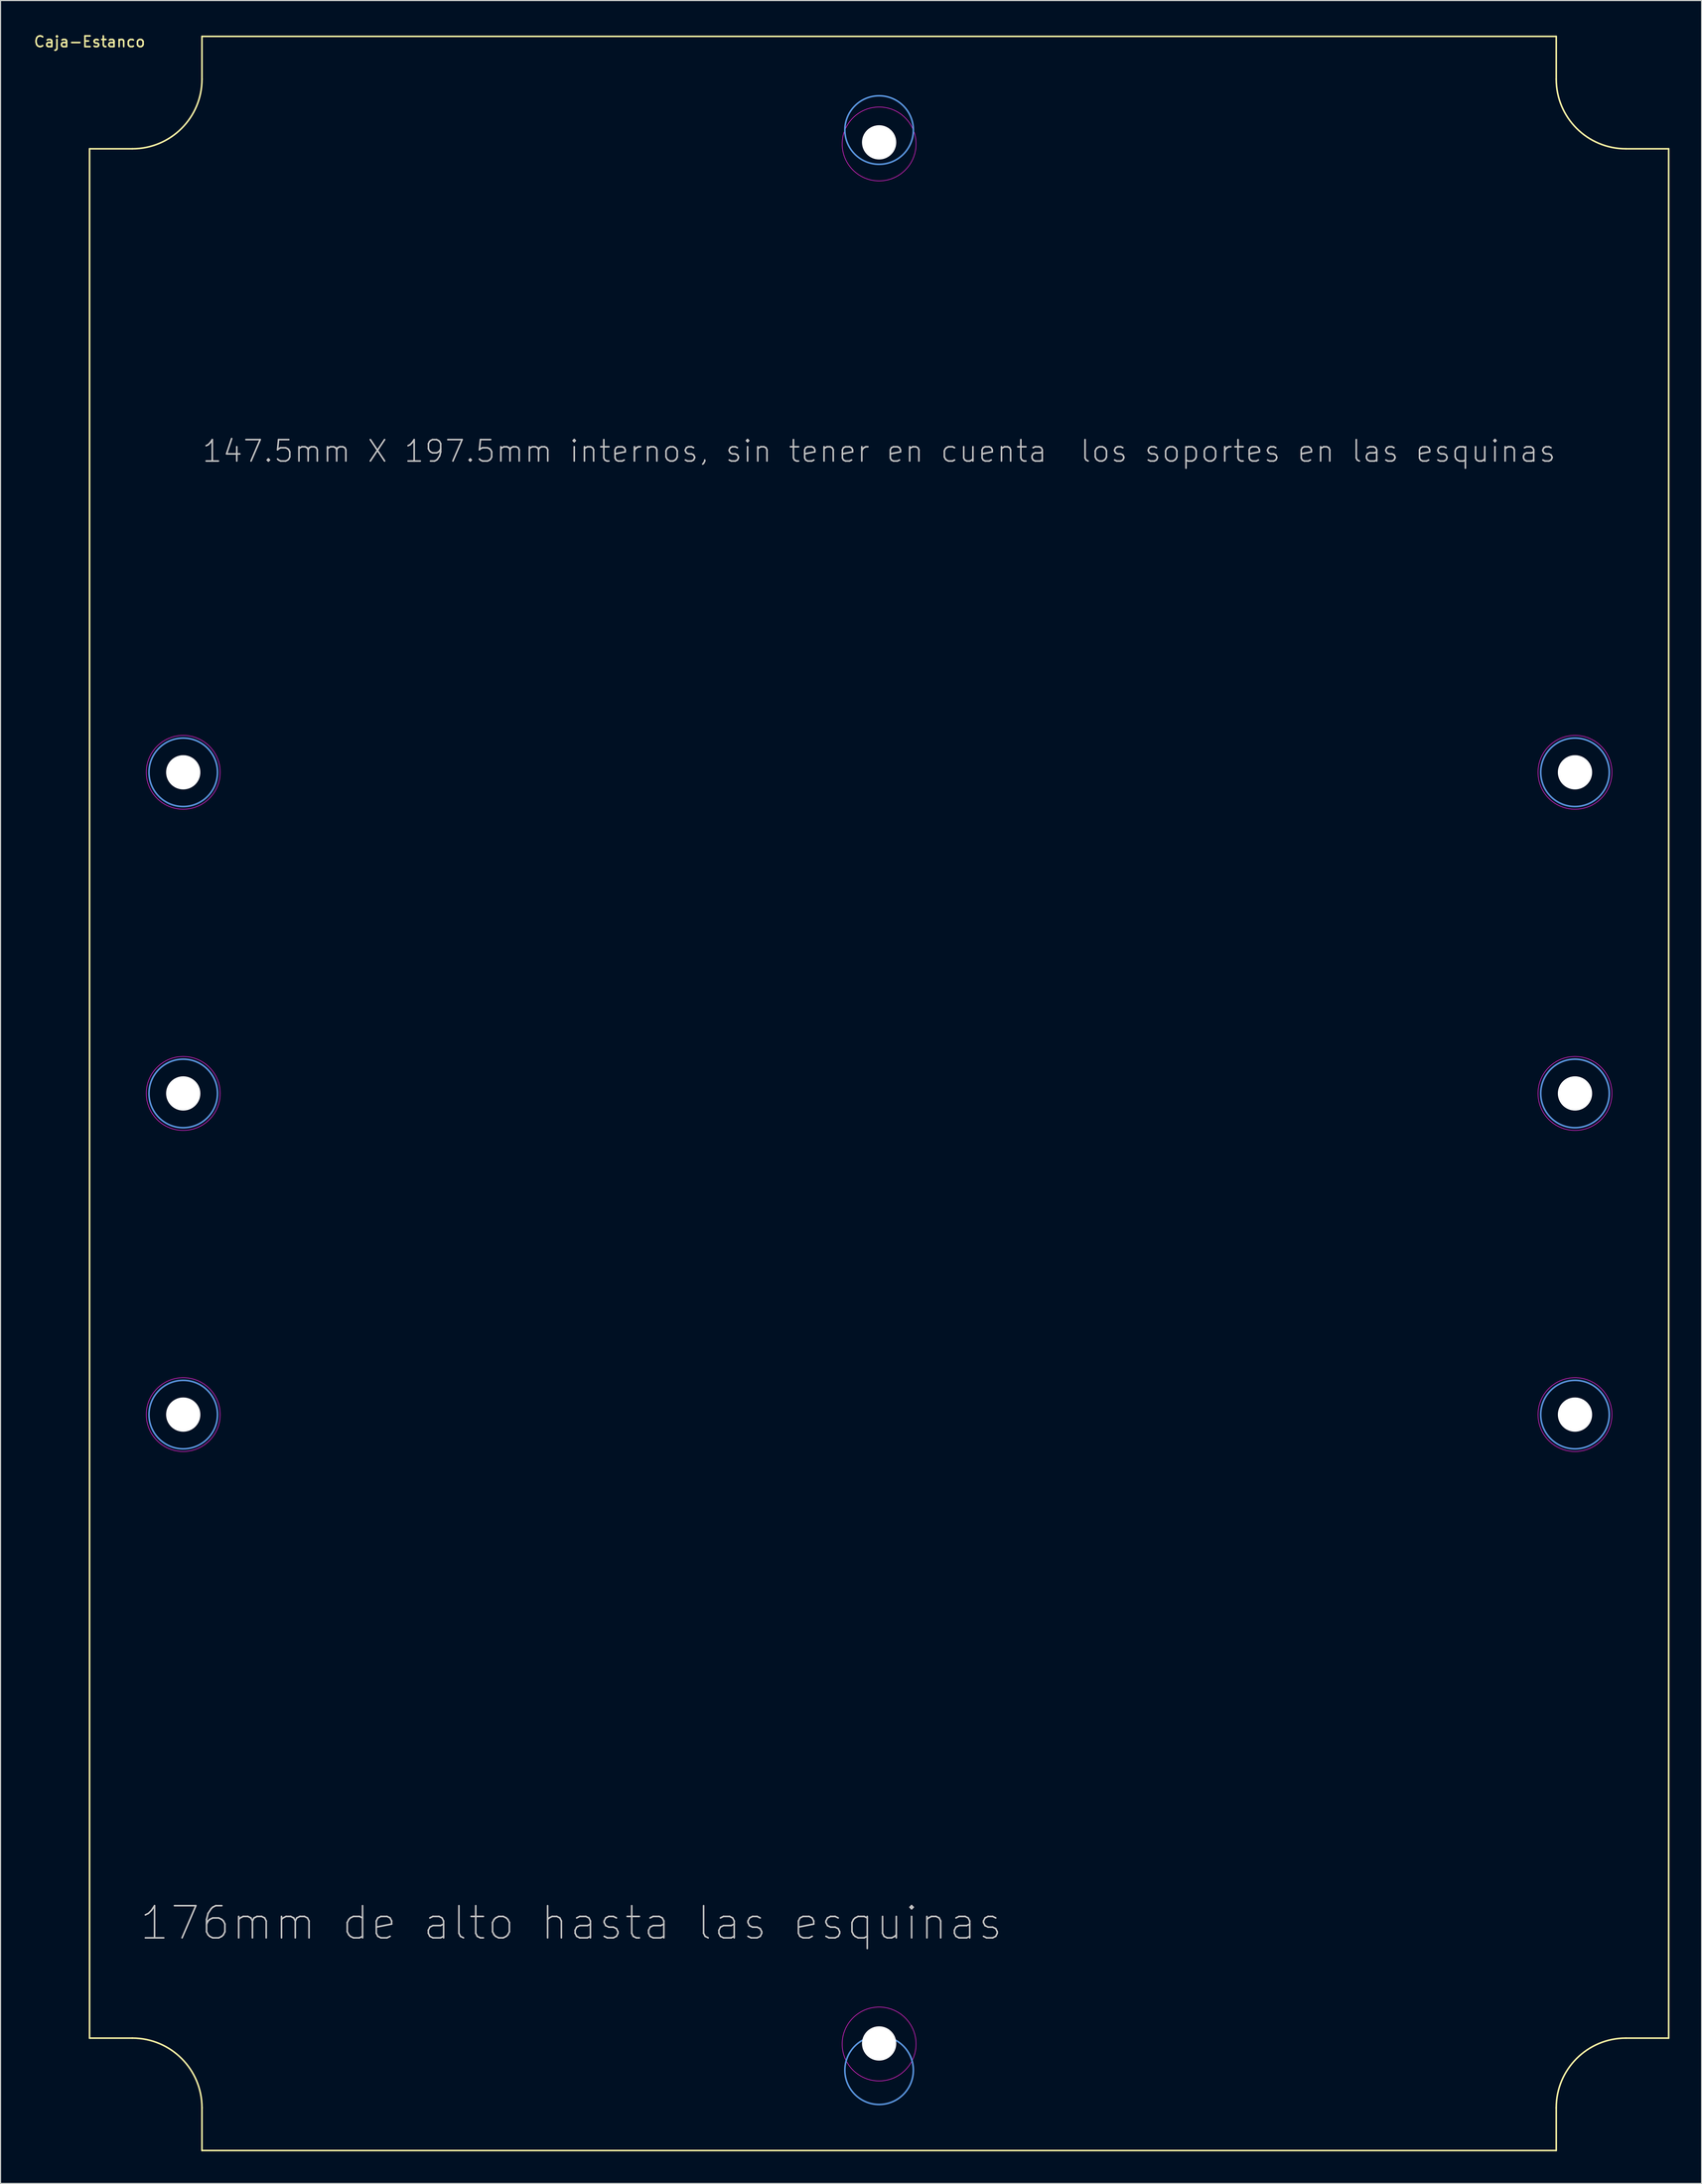
<source format=kicad_pcb>
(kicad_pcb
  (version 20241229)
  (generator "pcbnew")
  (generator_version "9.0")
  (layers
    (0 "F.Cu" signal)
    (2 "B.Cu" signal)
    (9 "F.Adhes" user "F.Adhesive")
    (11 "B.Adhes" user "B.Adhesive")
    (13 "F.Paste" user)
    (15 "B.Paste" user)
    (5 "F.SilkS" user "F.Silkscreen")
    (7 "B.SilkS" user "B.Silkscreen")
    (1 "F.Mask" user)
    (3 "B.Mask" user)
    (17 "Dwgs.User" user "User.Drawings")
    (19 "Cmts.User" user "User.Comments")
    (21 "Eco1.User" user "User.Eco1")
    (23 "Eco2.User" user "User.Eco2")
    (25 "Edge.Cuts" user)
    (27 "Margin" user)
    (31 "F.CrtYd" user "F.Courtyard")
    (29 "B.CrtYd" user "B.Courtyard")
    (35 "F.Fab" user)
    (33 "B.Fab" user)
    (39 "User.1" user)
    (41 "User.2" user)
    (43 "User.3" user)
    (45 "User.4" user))
  (footprint "Caja-Estanco"
    (layer "F.Cu")
    (at 5.315 0.348)
    (property "Reference" "Caja-Estanco" (at 0 0.5 0) (layer "F.SilkS") (effects (font (size 1 1) (thickness 0.15))))
    (attr through_hole)
    (fp_line (start 0 187) (end 0 10.5) (stroke (width 0.15) (type solid)) (layer "F.SilkS"))
    (fp_line (start 4 10.5) (end 0 10.5) (stroke (width 0.15) (type solid)) (layer "F.SilkS"))
    (fp_line (start 4 187) (end 0 187) (stroke (width 0.15) (type solid)) (layer "F.SilkS"))
    (fp_line (start 10.5 0) (end 137 0) (stroke (width 0.15) (type solid)) (layer "F.SilkS"))
    (fp_line (start 10.5 4) (end 10.5 0) (stroke (width 0.15) (type solid)) (layer "F.SilkS"))
    (fp_line (start 10.5 193.5) (end 10.5 197.5) (stroke (width 0.15) (type solid)) (layer "F.SilkS"))
    (fp_line (start 137 4) (end 137 0) (stroke (width 0.15) (type solid)) (layer "F.SilkS"))
    (fp_line (start 137 193.5) (end 137 197.5) (stroke (width 0.15) (type solid)) (layer "F.SilkS"))
    (fp_line (start 137 197.5) (end 10.5 197.5) (stroke (width 0.15) (type solid)) (layer "F.SilkS"))
    (fp_line (start 143.5 10.5) (end 147.5 10.5) (stroke (width 0.15) (type solid)) (layer "F.SilkS"))
    (fp_line (start 143.5 187) (end 147.5 187) (stroke (width 0.15) (type solid)) (layer "F.SilkS"))
    (fp_line (start 147.5 10.5) (end 147.5 187) (stroke (width 0.15) (type solid)) (layer "F.SilkS"))
    (fp_arc (start 4 187) (mid 8.596194 188.903806) (end 10.5 193.5) (stroke (width 0.15) (type solid)) (layer "F.SilkS"))
    (fp_arc (start 10.5 4) (mid 8.596194 8.596194) (end 4 10.5) (stroke (width 0.15) (type solid)) (layer "F.SilkS"))
    (fp_arc (start 137 193.5) (mid 138.903806 188.903806) (end 143.5 187) (stroke (width 0.15) (type solid)) (layer "F.SilkS"))
    (fp_arc (start 143.5 10.5) (mid 138.903806 8.596194) (end 137 4) (stroke (width 0.15) (type solid)) (layer "F.SilkS"))
    (fp_circle (center 8.75 68.75) (end 11.95 68.75) (stroke (width 0.15) (type solid)) (fill no) (layer "Cmts.User"))
    (fp_circle (center 8.75 98.75) (end 11.95 98.75) (stroke (width 0.15) (type solid)) (fill no) (layer "Cmts.User"))
    (fp_circle (center 8.75 128.75) (end 11.95 128.75) (stroke (width 0.15) (type solid)) (fill no) (layer "Cmts.User"))
    (fp_circle (center 73.75 8.75) (end 76.95 8.75) (stroke (width 0.15) (type solid)) (fill no) (layer "Cmts.User"))
    (fp_circle (center 73.75 190) (end 76.95 190) (stroke (width 0.15) (type solid)) (fill no) (layer "Cmts.User"))
    (fp_circle (center 138.75 68.75) (end 141.95 68.75) (stroke (width 0.15) (type solid)) (fill no) (layer "Cmts.User"))
    (fp_circle (center 138.75 98.75) (end 141.95 98.75) (stroke (width 0.15) (type solid)) (fill no) (layer "Cmts.User"))
    (fp_circle (center 138.75 128.75) (end 141.95 128.75) (stroke (width 0.15) (type solid)) (fill no) (layer "Cmts.User"))
    (fp_circle (center 8.75 68.75) (end 12.2 68.75) (stroke (width 0.05) (type solid)) (fill no) (layer "F.CrtYd"))
    (fp_circle (center 8.75 98.75) (end 12.2 98.75) (stroke (width 0.05) (type solid)) (fill no) (layer "F.CrtYd"))
    (fp_circle (center 8.75 128.75) (end 12.2 128.75) (stroke (width 0.05) (type solid)) (fill no) (layer "F.CrtYd"))
    (fp_circle (center 73.75 10.05) (end 77.2 10.05) (stroke (width 0.05) (type solid)) (fill no) (layer "F.CrtYd"))
    (fp_circle (center 73.75 187.55) (end 77.2 187.55) (stroke (width 0.05) (type solid)) (fill no) (layer "F.CrtYd"))
    (fp_circle (center 138.75 68.75) (end 142.2 68.75) (stroke (width 0.05) (type solid)) (fill no) (layer "F.CrtYd"))
    (fp_circle (center 138.75 98.75) (end 142.2 98.75) (stroke (width 0.05) (type solid)) (fill no) (layer "F.CrtYd"))
    (fp_circle (center 138.75 128.75) (end 142.2 128.75) (stroke (width 0.05) (type solid)) (fill no) (layer "F.CrtYd"))
    (fp_text user "147.5mm X 197.5mm internos, sin tener en cuenta  los soportes en las esquinas" (at 73.75 38.75 0) (layer "Dwgs.User") (effects (font (size 2 2) (thickness 0.15))))
    (fp_text user "176mm de alto hasta las esquinas" (at 45 176.25 0) (layer "Dwgs.User") (effects (font (size 3 3) (thickness 0.15))))
    (pad "" np_thru_hole circle (at 8.75 68.75) (size 3.2 3.2) (drill 3.2) (layers "*.Cu" "*.Mask"))
    (pad "" np_thru_hole circle (at 8.75 98.75) (size 3.2 3.2) (drill 3.2) (layers "*.Cu" "*.Mask"))
    (pad "" np_thru_hole circle (at 8.75 128.75) (size 3.2 3.2) (drill 3.2) (layers "*.Cu" "*.Mask"))
    (pad "" np_thru_hole circle (at 73.75 9.9) (size 3.2 3.2) (drill 3.2) (layers "*.Cu" "*.Mask"))
    (pad "" np_thru_hole circle (at 73.75 187.5) (size 3.2 3.2) (drill 3.2) (layers "*.Cu" "*.Mask"))
    (pad "" np_thru_hole circle (at 138.75 68.75) (size 3.2 3.2) (drill 3.2) (layers "*.Cu" "*.Mask"))
    (pad "" np_thru_hole circle (at 138.75 98.75) (size 3.2 3.2) (drill 3.2) (layers "*.Cu" "*.Mask"))
    (pad "" np_thru_hole circle (at 138.75 128.75) (size 3.2 3.2) (drill 3.2) (layers "*.Cu" "*.Mask")))
  (gr_rect
    (start -3 -3)
    (end 155.89 200.923)
    (stroke (width 0.1) (type default))
    (fill no)
    (layer "Edge.Cuts")))
</source>
